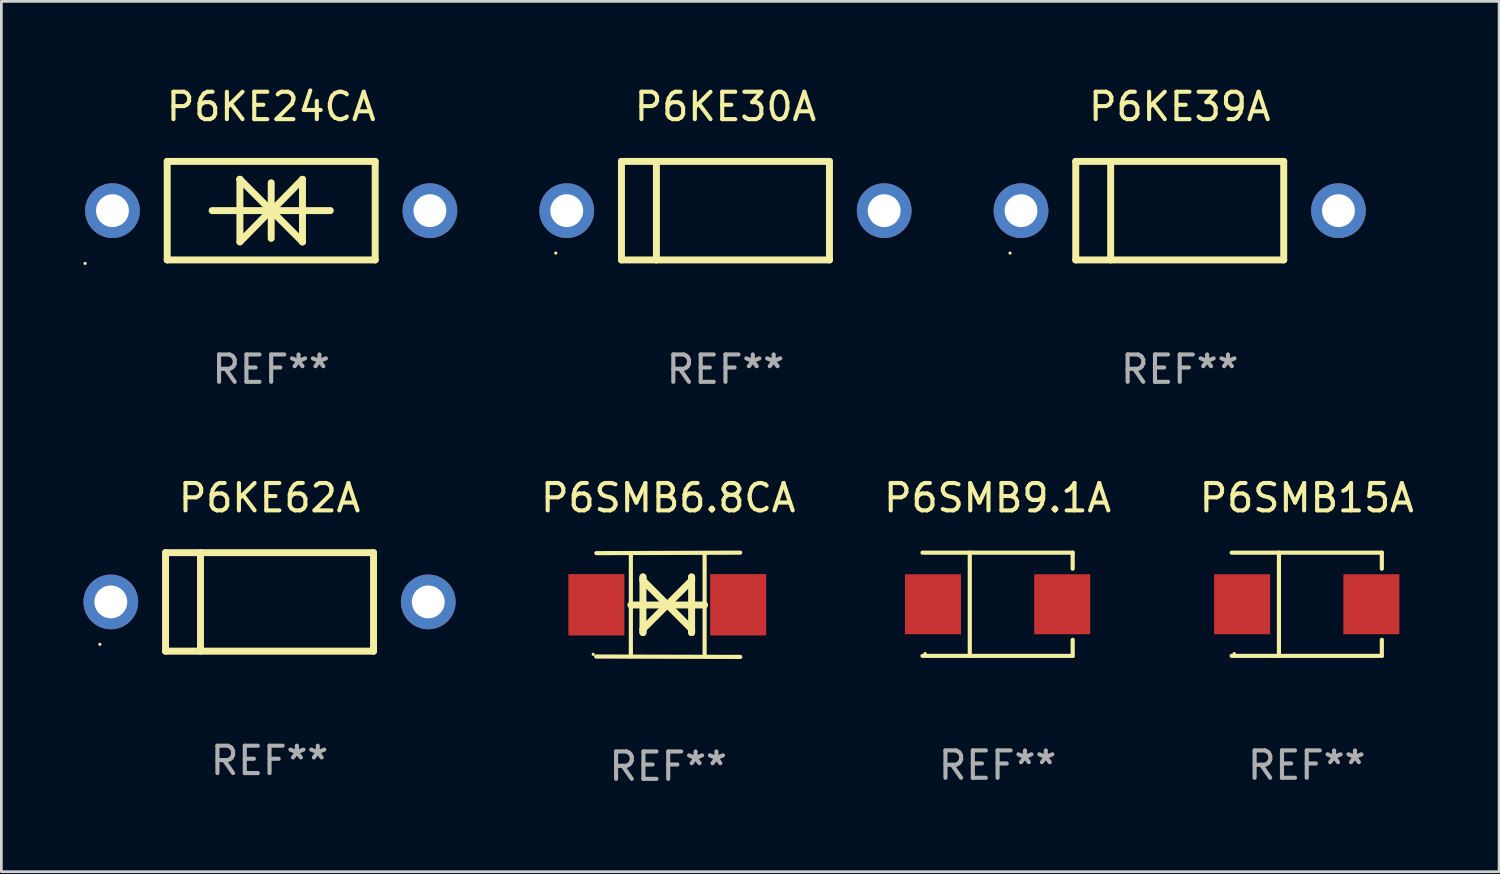
<source format=kicad_pcb>
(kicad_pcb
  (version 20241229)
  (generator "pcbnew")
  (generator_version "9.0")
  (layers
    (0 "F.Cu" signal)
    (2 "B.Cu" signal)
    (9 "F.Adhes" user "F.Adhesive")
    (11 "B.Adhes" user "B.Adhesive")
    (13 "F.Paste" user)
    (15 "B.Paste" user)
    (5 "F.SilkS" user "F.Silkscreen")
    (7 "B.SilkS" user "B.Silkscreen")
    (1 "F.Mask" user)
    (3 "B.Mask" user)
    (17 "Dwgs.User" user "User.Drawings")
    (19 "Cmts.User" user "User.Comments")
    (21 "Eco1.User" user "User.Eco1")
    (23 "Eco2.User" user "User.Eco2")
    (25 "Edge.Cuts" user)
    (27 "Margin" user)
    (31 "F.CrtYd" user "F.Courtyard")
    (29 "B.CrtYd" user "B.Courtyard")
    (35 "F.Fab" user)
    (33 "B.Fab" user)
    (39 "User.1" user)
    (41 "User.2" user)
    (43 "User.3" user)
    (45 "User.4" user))
  (footprint "P6SMB15A"
    (layer "F.Cu")
    (at 44.701 19.031)
    (property "Reference" "P6SMB15A" (at 0 -3.886 0) (layer "F.SilkS") (effects (font (size 1 1) (thickness 0.15))))
    (attr through_hole)
    (fp_line (start -2.744 -1.886) (end 2.744 -1.886) (stroke (width 0.152) (type solid)) (layer "F.SilkS"))
    (fp_line (start -2.744 1.886) (end 2.744 1.886) (stroke (width 0.152) (type solid)) (layer "F.SilkS"))
    (fp_line (start -1.016 -1.886) (end -1.016 1.886) (stroke (width 0.152) (type solid)) (layer "F.SilkS"))
    (fp_line (start 2.744 -1.886) (end 2.744 -1.299) (stroke (width 0.152) (type solid)) (layer "F.SilkS"))
    (fp_line (start 2.744 1.886) (end 2.744 1.299) (stroke (width 0.152) (type solid)) (layer "F.SilkS"))
    (fp_circle (center -2.65 1.8) (end -2.62 1.8) (stroke (width 0.06) (type solid)) (fill no) (layer "F.SilkS"))
    (fp_text user "REF**" (at 0 5.886 0) (layer "F.Fab") (effects (font (size 1 1) (thickness 0.15))))
    (pad "1" smd rect (at -2.361 0) (size 2.047 2.192) (layers "F.Cu" "F.Mask" "F.Paste"))
    (pad "2" smd rect (at 2.361 0) (size 2.047 2.192) (layers "F.Cu" "F.Mask" "F.Paste")))
  (footprint "P6KE30A"
    (layer "F.Cu")
    (at 23.46 4.648)
    (property "Reference" "P6KE30A" (at 0 -3.8 0) (layer "F.SilkS") (effects (font (size 1 1) (thickness 0.15))))
    (attr through_hole)
    (fp_line (start -3.8 -1.8) (end -3.8 1.8) (stroke (width 0.254) (type solid)) (layer "F.SilkS"))
    (fp_line (start -3.8 -1.8) (end 3.8 -1.8) (stroke (width 0.254) (type solid)) (layer "F.SilkS"))
    (fp_line (start -3.8 1.8) (end 3.8 1.8) (stroke (width 0.254) (type solid)) (layer "F.SilkS"))
    (fp_line (start -2.524 -1.8) (end -2.524 1.8) (stroke (width 0.254) (type solid)) (layer "F.SilkS"))
    (fp_line (start 3.8 -1.8) (end 3.8 1.8) (stroke (width 0.254) (type solid)) (layer "F.SilkS"))
    (fp_circle (center -6.2 1.55) (end -6.17 1.55) (stroke (width 0.06) (type solid)) (fill no) (layer "F.SilkS"))
    (fp_text user "REF**" (at 0 5.8 0) (layer "F.Fab") (effects (font (size 1 1) (thickness 0.15))))
    (pad "1" thru_hole circle (at -5.8 0) (size 2 2) (drill 1.2) (layers "*.Cu" "*.Mask"))
    (pad "2" thru_hole circle (at 5.8 0) (size 2 2) (drill 1.2) (layers "*.Cu" "*.Mask")))
  (footprint "P6KE24CA"
    (layer "F.Cu")
    (at 6.86 4.648)
    (property "Reference" "P6KE24CA" (at 0 -3.8 0) (layer "F.SilkS") (effects (font (size 1 1) (thickness 0.15))))
    (attr through_hole)
    (fp_line (start -3.8 -1.8) (end -3.8 1.8) (stroke (width 0.254) (type solid)) (layer "F.SilkS"))
    (fp_line (start -3.8 -1.8) (end 3.8 -1.8) (stroke (width 0.254) (type solid)) (layer "F.SilkS"))
    (fp_line (start -3.8 1.8) (end 3.8 1.8) (stroke (width 0.254) (type solid)) (layer "F.SilkS"))
    (fp_line (start -2.159 -0.003) (end 2.159 -0.003) (stroke (width 0.254) (type solid)) (layer "F.SilkS"))
    (fp_line (start -1.143 -1.146) (end -1.143 1.14) (stroke (width 0.254) (type solid)) (layer "F.SilkS"))
    (fp_line (start -1.143 -1.143) (end -1.143 -1.146) (stroke (width 0.254) (type solid)) (layer "F.SilkS"))
    (fp_line (start 0 -1.019) (end 0 1.013) (stroke (width 0.254) (type solid)) (layer "F.SilkS"))
    (fp_line (start 0 -0.026) (end -1.143 1.14) (stroke (width 0.254) (type solid)) (layer "F.SilkS"))
    (fp_line (start 0 -0.006) (end 1.143 1.137) (stroke (width 0.254) (type solid)) (layer "F.SilkS"))
    (fp_line (start 0 0) (end -1.143 -1.143) (stroke (width 0.254) (type solid)) (layer "F.SilkS"))
    (fp_line (start 0 0.02) (end 1.143 -1.146) (stroke (width 0.254) (type solid)) (layer "F.SilkS"))
    (fp_line (start 1.143 1.137) (end 1.143 1.14) (stroke (width 0.254) (type solid)) (layer "F.SilkS"))
    (fp_line (start 1.143 1.14) (end 1.143 -1.146) (stroke (width 0.254) (type solid)) (layer "F.SilkS"))
    (fp_line (start 3.8 -1.8) (end 3.8 1.8) (stroke (width 0.254) (type solid)) (layer "F.SilkS"))
    (fp_circle (center -6.8 1.927) (end -6.77 1.927) (stroke (width 0.06) (type solid)) (fill no) (layer "F.SilkS"))
    (fp_text user "REF**" (at 0 5.8 0) (layer "F.Fab") (effects (font (size 1 1) (thickness 0.15))))
    (pad "1" thru_hole circle (at -5.8 0) (size 2 2) (drill 1.2) (layers "*.Cu" "*.Mask"))
    (pad "2" thru_hole circle (at 5.8 0) (size 2 2) (drill 1.2) (layers "*.Cu" "*.Mask")))
  (footprint "P6SMB9.1A"
    (layer "F.Cu")
    (at 33.404 19.031)
    (property "Reference" "P6SMB9.1A" (at 0 -3.886 0) (layer "F.SilkS") (effects (font (size 1 1) (thickness 0.15))))
    (attr through_hole)
    (fp_line (start -2.744 -1.886) (end 2.744 -1.886) (stroke (width 0.152) (type solid)) (layer "F.SilkS"))
    (fp_line (start -2.744 1.886) (end 2.744 1.886) (stroke (width 0.152) (type solid)) (layer "F.SilkS"))
    (fp_line (start -1.016 -1.886) (end -1.016 1.886) (stroke (width 0.152) (type solid)) (layer "F.SilkS"))
    (fp_line (start 2.744 -1.886) (end 2.744 -1.299) (stroke (width 0.152) (type solid)) (layer "F.SilkS"))
    (fp_line (start 2.744 1.886) (end 2.744 1.299) (stroke (width 0.152) (type solid)) (layer "F.SilkS"))
    (fp_circle (center -2.65 1.8) (end -2.62 1.8) (stroke (width 0.06) (type solid)) (fill no) (layer "F.SilkS"))
    (fp_text user "REF**" (at 0 5.886 0) (layer "F.Fab") (effects (font (size 1 1) (thickness 0.15))))
    (pad "1" smd rect (at -2.361 0) (size 2.047 2.192) (layers "F.Cu" "F.Mask" "F.Paste"))
    (pad "2" smd rect (at 2.361 0) (size 2.047 2.192) (layers "F.Cu" "F.Mask" "F.Paste")))
  (footprint "P6SMB6.8CA"
    (layer "F.Cu")
    (at 21.368 19.05)
    (property "Reference" "P6SMB6.8CA" (at 0 -3.905 0) (layer "F.SilkS") (effects (font (size 1 1) (thickness 0.15))))
    (attr through_hole)
    (fp_line (start -1.365 1.886) (end -1.365 -1.886) (stroke (width 0.152) (type solid)) (layer "F.SilkS"))
    (fp_line (start -1.365 0.008) (end 1.33 0.008) (stroke (width 0.254) (type solid)) (layer "F.SilkS"))
    (fp_line (start -0.923 -1.016) (end -0.923 1.016) (stroke (width 0.254) (type solid)) (layer "F.SilkS"))
    (fp_line (start -0.923 -0.889) (end -0.923 -1.016) (stroke (width 0.254) (type solid)) (layer "F.SilkS"))
    (fp_line (start -0.923 0.889) (end -0.034 0) (stroke (width 0.254) (type solid)) (layer "F.SilkS"))
    (fp_line (start -0.923 1.016) (end -0.923 0.889) (stroke (width 0.254) (type solid)) (layer "F.SilkS"))
    (fp_line (start -0.034 0) (end -0.923 -0.889) (stroke (width 0.254) (type solid)) (layer "F.SilkS"))
    (fp_line (start -0.034 0) (end 0.855 0.889) (stroke (width 0.254) (type solid)) (layer "F.SilkS"))
    (fp_line (start 0.855 -1.016) (end 0.855 -0.889) (stroke (width 0.254) (type solid)) (layer "F.SilkS"))
    (fp_line (start 0.855 -0.889) (end -0.034 0) (stroke (width 0.254) (type solid)) (layer "F.SilkS"))
    (fp_line (start 0.855 0.889) (end 0.855 1.016) (stroke (width 0.254) (type solid)) (layer "F.SilkS"))
    (fp_line (start 0.855 1.016) (end 0.855 -1.016) (stroke (width 0.254) (type solid)) (layer "F.SilkS"))
    (fp_line (start 1.33 1.886) (end 1.33 -1.886) (stroke (width 0.152) (type solid)) (layer "F.SilkS"))
    (fp_line (start 2.629 -1.905) (end -2.625 -1.887) (stroke (width 0.152) (type solid)) (layer "F.SilkS"))
    (fp_line (start 2.633 1.905) (end -2.633 1.89) (stroke (width 0.152) (type solid)) (layer "F.SilkS"))
    (fp_circle (center -2.741 1.81) (end -2.711 1.81) (stroke (width 0.06) (type solid)) (fill no) (layer "F.SilkS"))
    (fp_text user "REF**" (at 0 5.905 0) (layer "F.Fab") (effects (font (size 1 1) (thickness 0.15))))
    (pad "1" smd rect (at -2.625 0) (size 2.047 2.241) (layers "F.Cu" "F.Mask" "F.Paste"))
    (pad "2" smd rect (at 2.557 0) (size 2.047 2.241) (layers "F.Cu" "F.Mask" "F.Paste")))
  (footprint "P6KE39A"
    (layer "F.Cu")
    (at 40.06 4.648)
    (property "Reference" "P6KE39A" (at 0 -3.8 0) (layer "F.SilkS") (effects (font (size 1 1) (thickness 0.15))))
    (attr through_hole)
    (fp_line (start -3.8 -1.8) (end -3.8 1.8) (stroke (width 0.254) (type solid)) (layer "F.SilkS"))
    (fp_line (start -3.8 -1.8) (end 3.8 -1.8) (stroke (width 0.254) (type solid)) (layer "F.SilkS"))
    (fp_line (start -3.8 1.8) (end 3.8 1.8) (stroke (width 0.254) (type solid)) (layer "F.SilkS"))
    (fp_line (start -2.524 -1.8) (end -2.524 1.8) (stroke (width 0.254) (type solid)) (layer "F.SilkS"))
    (fp_line (start 3.8 -1.8) (end 3.8 1.8) (stroke (width 0.254) (type solid)) (layer "F.SilkS"))
    (fp_circle (center -6.2 1.55) (end -6.17 1.55) (stroke (width 0.06) (type solid)) (fill no) (layer "F.SilkS"))
    (fp_text user "REF**" (at 0 5.8 0) (layer "F.Fab") (effects (font (size 1 1) (thickness 0.15))))
    (pad "1" thru_hole circle (at -5.8 0) (size 2 2) (drill 1.2) (layers "*.Cu" "*.Mask"))
    (pad "2" thru_hole circle (at 5.8 0) (size 2 2) (drill 1.2) (layers "*.Cu" "*.Mask")))
  (footprint "P6KE62A"
    (layer "F.Cu")
    (at 6.8 18.945)
    (property "Reference" "P6KE62A" (at 0 -3.8 0) (layer "F.SilkS") (effects (font (size 1 1) (thickness 0.15))))
    (attr through_hole)
    (fp_line (start -3.8 -1.8) (end -3.8 1.8) (stroke (width 0.254) (type solid)) (layer "F.SilkS"))
    (fp_line (start -3.8 -1.8) (end 3.8 -1.8) (stroke (width 0.254) (type solid)) (layer "F.SilkS"))
    (fp_line (start -3.8 1.8) (end 3.8 1.8) (stroke (width 0.254) (type solid)) (layer "F.SilkS"))
    (fp_line (start -2.524 -1.8) (end -2.524 1.8) (stroke (width 0.254) (type solid)) (layer "F.SilkS"))
    (fp_line (start 3.8 -1.8) (end 3.8 1.8) (stroke (width 0.254) (type solid)) (layer "F.SilkS"))
    (fp_circle (center -6.2 1.55) (end -6.17 1.55) (stroke (width 0.06) (type solid)) (fill no) (layer "F.SilkS"))
    (fp_text user "REF**" (at 0 5.8 0) (layer "F.Fab") (effects (font (size 1 1) (thickness 0.15))))
    (pad "1" thru_hole circle (at -5.8 0) (size 2 2) (drill 1.2) (layers "*.Cu" "*.Mask"))
    (pad "2" thru_hole circle (at 5.8 0) (size 2 2) (drill 1.2) (layers "*.Cu" "*.Mask")))
  (gr_rect
    (start -3 -3)
    (end 51.731 28.803)
    (stroke (width 0.1) (type default))
    (fill no)
    (layer "Edge.Cuts")))
</source>
